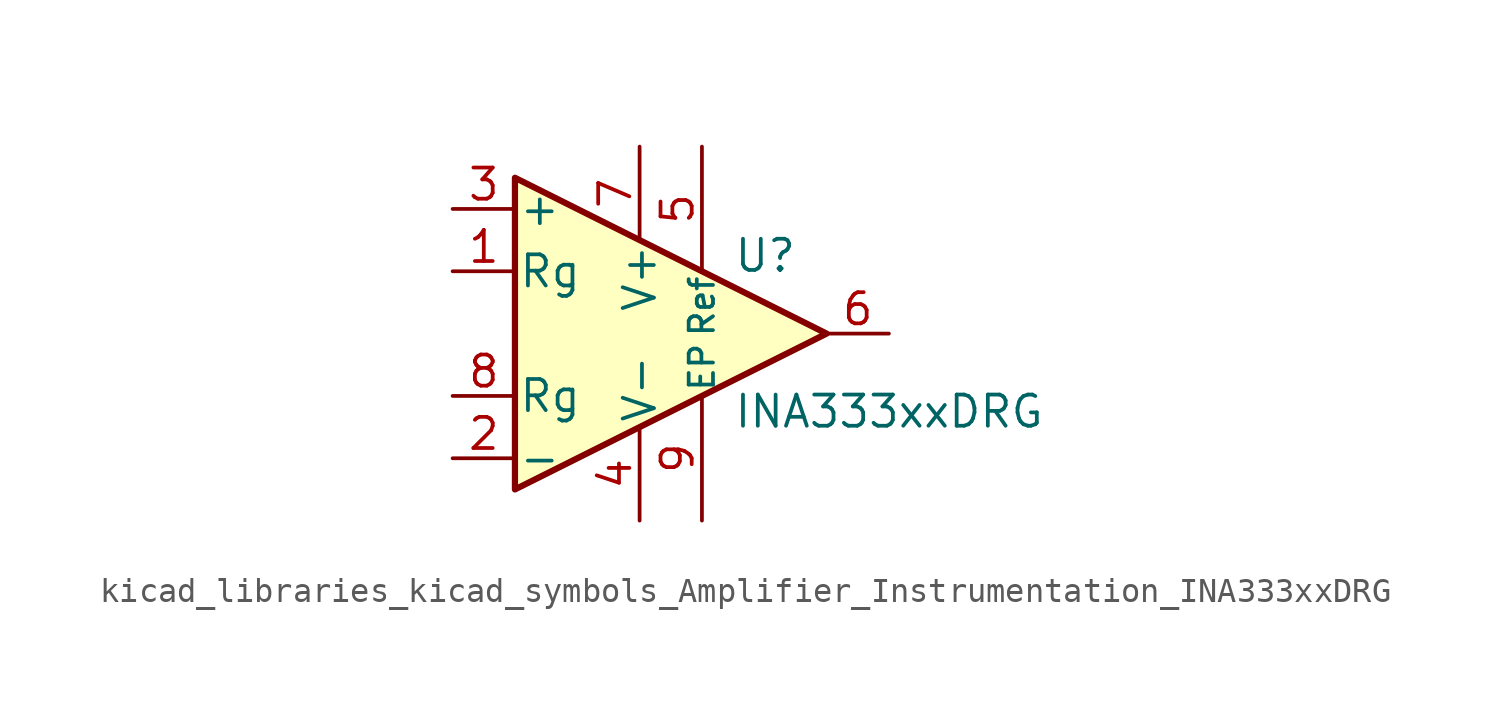
<source format=kicad_sym>
(kicad_symbol_lib
  (version 20220914)
  (generator kicad_symbol_editor)
  (symbol "kicad_libraries_kicad_symbols_Amplifier_Instrumentation_INA333xxDRG"
    (pin_names
      (offset 0.127))
    (property "Reference" "U"
      (at 3.81 3.175 0)
      (effects (font (size 1.27 1.27)) (justify left)))
    (property "Value" "INA333xxDRG"
      (at 3.81 -3.175 0)
      (effects (font (size 1.27 1.27)) (justify left)))
    (symbol "kicad_libraries_kicad_symbols_Amplifier_Instrumentation_INA333xxDRG_0_1"
      (polyline (pts (xy 7.62 0) (xy -5.08 6.35) (xy -5.08 -6.35) (xy 7.62 0)) (stroke (width 0.254) (type default)) (fill (type background))))
    (symbol "kicad_libraries_kicad_symbols_Amplifier_Instrumentation_INA333xxDRG_1_1"
      (pin passive line (at -7.62 2.54 0) (length 2.54) (name "Rg" (effects (font (size 1.27 1.27)))) (number "1" (effects (font (size 1.27 1.27)))))
      (pin input line (at -7.62 -5.08 0) (length 2.54) (name "-" (effects (font (size 1.27 1.27)))) (number "2" (effects (font (size 1.27 1.27)))))
      (pin input line (at -7.62 5.08 0) (length 2.54) (name "+" (effects (font (size 1.27 1.27)))) (number "3" (effects (font (size 1.27 1.27)))))
      (pin power_in line (at 0 -7.62 90) (length 3.81) (name "V-" (effects (font (size 1.27 1.27)))) (number "4" (effects (font (size 1.27 1.27)))))
      (pin input line (at 2.54 7.62 270) (length 5.08) (name "Ref" (effects (font (size 0.991 0.991)))) (number "5" (effects (font (size 1.27 1.27)))))
      (pin output line (at 10.16 0 180) (length 2.54) (name "~" (effects (font (size 1.27 1.27)))) (number "6" (effects (font (size 1.27 1.27)))))
      (pin power_in line (at 0 7.62 270) (length 3.81) (name "V+" (effects (font (size 1.27 1.27)))) (number "7" (effects (font (size 1.27 1.27)))))
      (pin passive line (at -7.62 -2.54 0) (length 2.54) (name "Rg" (effects (font (size 1.27 1.27)))) (number "8" (effects (font (size 1.27 1.27)))))
      (pin passive line (at 2.54 -7.62 90) (length 5.08) (name "EP" (effects (font (size 0.991 0.991)))) (number "9" (effects (font (size 1.27 1.27))))))))
</source>
